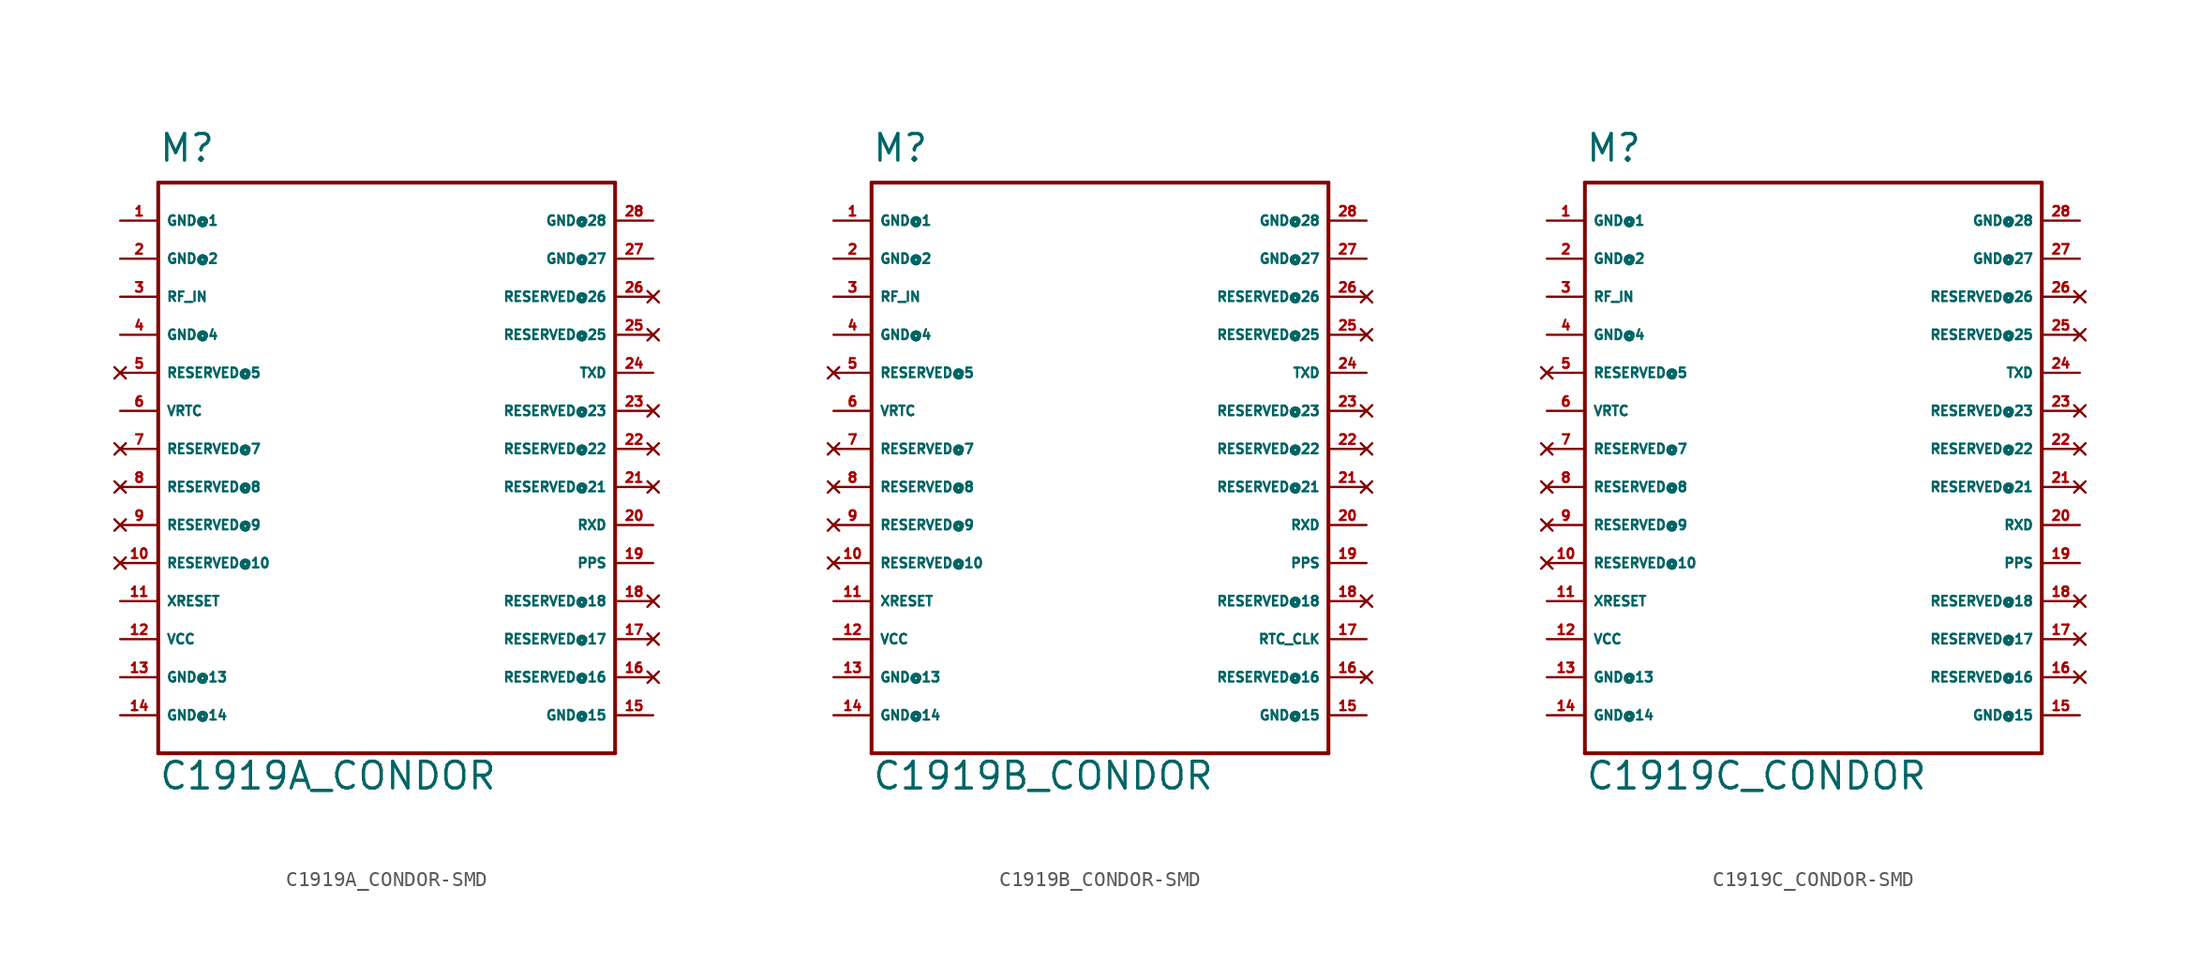
<source format=kicad_sym>
(kicad_symbol_lib
  (version 20220914)
  (generator Eagle2Kicad)
  (symbol "C1919A_CONDOR-SMD"
    (property "Reference" "M"
      (at -15.24 21.59 0)
      (effects (font (size 1.778 1.778) (thickness 0.22)) (justify left bottom)))
    (property "Value" "C1919A_CONDOR"
      (at -15.24 -20.32 0)
      (effects (font (size 1.778 1.778) (thickness 0.22)) (justify left bottom)))
    (polyline
      (pts (xy -15.24 20.32) (xy -15.24 -17.78))
      (stroke (width 0.254) (type default))
      (fill (type none)))
    (polyline
      (pts (xy -15.24 -17.78) (xy 15.24 -17.78))
      (stroke (width 0.254) (type default))
      (fill (type none)))
    (polyline
      (pts (xy 15.24 -17.78) (xy 15.24 20.32))
      (stroke (width 0.254) (type default))
      (fill (type none)))
    (polyline
      (pts (xy 15.24 20.32) (xy -15.24 20.32))
      (stroke (width 0.254) (type default))
      (fill (type none)))
    (pin unspecified line
      (at -17.78 17.78 0)
      (length 2.54)
      (name "GND@1" (effects (font (size 0.635 0.635) (thickness 0.08)) (justify left bottom)))
      (number "1" (effects (font (size 0.635 0.635) (thickness 0.08)) (justify left bottom))))
    (pin unspecified line
      (at -17.78 15.24 0)
      (length 2.54)
      (name "GND@2" (effects (font (size 0.635 0.635) (thickness 0.08)) (justify left bottom)))
      (number "2" (effects (font (size 0.635 0.635) (thickness 0.08)) (justify left bottom))))
    (pin input line
      (at -17.78 12.7 0)
      (length 2.54)
      (name "RF_IN" (effects (font (size 0.635 0.635) (thickness 0.08)) (justify left bottom)))
      (number "3" (effects (font (size 0.635 0.635) (thickness 0.08)) (justify left bottom))))
    (pin unspecified line
      (at -17.78 10.16 0)
      (length 2.54)
      (name "GND@4" (effects (font (size 0.635 0.635) (thickness 0.08)) (justify left bottom)))
      (number "4" (effects (font (size 0.635 0.635) (thickness 0.08)) (justify left bottom))))
    (pin no_connect line
      (at -17.78 7.62 0)
      (length 2.54)
      (name "RESERVED@5" (effects (font (size 0.635 0.635) (thickness 0.08)) (justify left bottom) hide))
      (number "5" (effects (font (size 0.635 0.635) (thickness 0.08)) (justify left bottom) hide)))
    (pin input line
      (at -17.78 5.08 0)
      (length 2.54)
      (name "VRTC" (effects (font (size 0.635 0.635) (thickness 0.08)) (justify left bottom)))
      (number "6" (effects (font (size 0.635 0.635) (thickness 0.08)) (justify left bottom))))
    (pin input line
      (at -17.78 -7.62 0)
      (length 2.54)
      (name "XRESET" (effects (font (size 0.635 0.635) (thickness 0.08)) (justify left bottom)))
      (number "11" (effects (font (size 0.635 0.635) (thickness 0.08)) (justify left bottom))))
    (pin unspecified line
      (at -17.78 -10.16 0)
      (length 2.54)
      (name "VCC" (effects (font (size 0.635 0.635) (thickness 0.08)) (justify left bottom)))
      (number "12" (effects (font (size 0.635 0.635) (thickness 0.08)) (justify left bottom))))
    (pin unspecified line
      (at -17.78 -12.7 0)
      (length 2.54)
      (name "GND@13" (effects (font (size 0.635 0.635) (thickness 0.08)) (justify left bottom)))
      (number "13" (effects (font (size 0.635 0.635) (thickness 0.08)) (justify left bottom))))
    (pin unspecified line
      (at -17.78 -15.24 0)
      (length 2.54)
      (name "GND@14" (effects (font (size 0.635 0.635) (thickness 0.08)) (justify left bottom)))
      (number "14" (effects (font (size 0.635 0.635) (thickness 0.08)) (justify left bottom))))
    (pin unspecified line
      (at 17.78 -15.24 180)
      (length 2.54)
      (name "GND@15" (effects (font (size 0.635 0.635) (thickness 0.08)) (justify left bottom)))
      (number "15" (effects (font (size 0.635 0.635) (thickness 0.08)) (justify left bottom))))
    (pin output line
      (at 17.78 -5.08 180)
      (length 2.54)
      (name "PPS" (effects (font (size 0.635 0.635) (thickness 0.08)) (justify left bottom)))
      (number "19" (effects (font (size 0.635 0.635) (thickness 0.08)) (justify left bottom))))
    (pin input line
      (at 17.78 -2.54 180)
      (length 2.54)
      (name "RXD" (effects (font (size 0.635 0.635) (thickness 0.08)) (justify left bottom)))
      (number "20" (effects (font (size 0.635 0.635) (thickness 0.08)) (justify left bottom))))
    (pin output line
      (at 17.78 7.62 180)
      (length 2.54)
      (name "TXD" (effects (font (size 0.635 0.635) (thickness 0.08)) (justify left bottom)))
      (number "24" (effects (font (size 0.635 0.635) (thickness 0.08)) (justify left bottom))))
    (pin unspecified line
      (at 17.78 15.24 180)
      (length 2.54)
      (name "GND@27" (effects (font (size 0.635 0.635) (thickness 0.08)) (justify left bottom)))
      (number "27" (effects (font (size 0.635 0.635) (thickness 0.08)) (justify left bottom))))
    (pin unspecified line
      (at 17.78 17.78 180)
      (length 2.54)
      (name "GND@28" (effects (font (size 0.635 0.635) (thickness 0.08)) (justify left bottom)))
      (number "28" (effects (font (size 0.635 0.635) (thickness 0.08)) (justify left bottom))))
    (pin no_connect line
      (at -17.78 2.54 0)
      (length 2.54)
      (name "RESERVED@7" (effects (font (size 0.635 0.635) (thickness 0.08)) (justify left bottom) hide))
      (number "7" (effects (font (size 0.635 0.635) (thickness 0.08)) (justify left bottom) hide)))
    (pin no_connect line
      (at -17.78 0 0)
      (length 2.54)
      (name "RESERVED@8" (effects (font (size 0.635 0.635) (thickness 0.08)) (justify left bottom) hide))
      (number "8" (effects (font (size 0.635 0.635) (thickness 0.08)) (justify left bottom) hide)))
    (pin no_connect line
      (at -17.78 -2.54 0)
      (length 2.54)
      (name "RESERVED@9" (effects (font (size 0.635 0.635) (thickness 0.08)) (justify left bottom) hide))
      (number "9" (effects (font (size 0.635 0.635) (thickness 0.08)) (justify left bottom) hide)))
    (pin no_connect line
      (at -17.78 -5.08 0)
      (length 2.54)
      (name "RESERVED@10" (effects (font (size 0.635 0.635) (thickness 0.08)) (justify left bottom) hide))
      (number "10" (effects (font (size 0.635 0.635) (thickness 0.08)) (justify left bottom) hide)))
    (pin no_connect line
      (at 17.78 -12.7 180)
      (length 2.54)
      (name "RESERVED@16" (effects (font (size 0.635 0.635) (thickness 0.08)) (justify left bottom) hide))
      (number "16" (effects (font (size 0.635 0.635) (thickness 0.08)) (justify left bottom) hide)))
    (pin no_connect line
      (at 17.78 -7.62 180)
      (length 2.54)
      (name "RESERVED@18" (effects (font (size 0.635 0.635) (thickness 0.08)) (justify left bottom) hide))
      (number "18" (effects (font (size 0.635 0.635) (thickness 0.08)) (justify left bottom) hide)))
    (pin no_connect line
      (at 17.78 0 180)
      (length 2.54)
      (name "RESERVED@21" (effects (font (size 0.635 0.635) (thickness 0.08)) (justify left bottom) hide))
      (number "21" (effects (font (size 0.635 0.635) (thickness 0.08)) (justify left bottom) hide)))
    (pin no_connect line
      (at 17.78 2.54 180)
      (length 2.54)
      (name "RESERVED@22" (effects (font (size 0.635 0.635) (thickness 0.08)) (justify left bottom) hide))
      (number "22" (effects (font (size 0.635 0.635) (thickness 0.08)) (justify left bottom) hide)))
    (pin no_connect line
      (at 17.78 5.08 180)
      (length 2.54)
      (name "RESERVED@23" (effects (font (size 0.635 0.635) (thickness 0.08)) (justify left bottom) hide))
      (number "23" (effects (font (size 0.635 0.635) (thickness 0.08)) (justify left bottom) hide)))
    (pin no_connect line
      (at 17.78 10.16 180)
      (length 2.54)
      (name "RESERVED@25" (effects (font (size 0.635 0.635) (thickness 0.08)) (justify left bottom) hide))
      (number "25" (effects (font (size 0.635 0.635) (thickness 0.08)) (justify left bottom) hide)))
    (pin no_connect line
      (at 17.78 12.7 180)
      (length 2.54)
      (name "RESERVED@26" (effects (font (size 0.635 0.635) (thickness 0.08)) (justify left bottom) hide))
      (number "26" (effects (font (size 0.635 0.635) (thickness 0.08)) (justify left bottom) hide)))
    (pin no_connect line
      (at 17.78 -10.16 180)
      (length 2.54)
      (name "RESERVED@17" (effects (font (size 0.635 0.635) (thickness 0.08)) (justify left bottom) hide))
      (number "17" (effects (font (size 0.635 0.635) (thickness 0.08)) (justify left bottom) hide))))
  (symbol "C1919B_CONDOR-SMD"
    (property "Reference" "M"
      (at -15.24 21.59 0)
      (effects (font (size 1.778 1.778) (thickness 0.22)) (justify left bottom)))
    (property "Value" "C1919B_CONDOR"
      (at -15.24 -20.32 0)
      (effects (font (size 1.778 1.778) (thickness 0.22)) (justify left bottom)))
    (polyline
      (pts (xy -15.24 20.32) (xy -15.24 -17.78))
      (stroke (width 0.254) (type default))
      (fill (type none)))
    (polyline
      (pts (xy -15.24 -17.78) (xy 15.24 -17.78))
      (stroke (width 0.254) (type default))
      (fill (type none)))
    (polyline
      (pts (xy 15.24 -17.78) (xy 15.24 20.32))
      (stroke (width 0.254) (type default))
      (fill (type none)))
    (polyline
      (pts (xy 15.24 20.32) (xy -15.24 20.32))
      (stroke (width 0.254) (type default))
      (fill (type none)))
    (pin unspecified line
      (at -17.78 17.78 0)
      (length 2.54)
      (name "GND@1" (effects (font (size 0.635 0.635) (thickness 0.08)) (justify left bottom)))
      (number "1" (effects (font (size 0.635 0.635) (thickness 0.08)) (justify left bottom))))
    (pin unspecified line
      (at -17.78 15.24 0)
      (length 2.54)
      (name "GND@2" (effects (font (size 0.635 0.635) (thickness 0.08)) (justify left bottom)))
      (number "2" (effects (font (size 0.635 0.635) (thickness 0.08)) (justify left bottom))))
    (pin input line
      (at -17.78 12.7 0)
      (length 2.54)
      (name "RF_IN" (effects (font (size 0.635 0.635) (thickness 0.08)) (justify left bottom)))
      (number "3" (effects (font (size 0.635 0.635) (thickness 0.08)) (justify left bottom))))
    (pin unspecified line
      (at -17.78 10.16 0)
      (length 2.54)
      (name "GND@4" (effects (font (size 0.635 0.635) (thickness 0.08)) (justify left bottom)))
      (number "4" (effects (font (size 0.635 0.635) (thickness 0.08)) (justify left bottom))))
    (pin no_connect line
      (at -17.78 7.62 0)
      (length 2.54)
      (name "RESERVED@5" (effects (font (size 0.635 0.635) (thickness 0.08)) (justify left bottom) hide))
      (number "5" (effects (font (size 0.635 0.635) (thickness 0.08)) (justify left bottom) hide)))
    (pin input line
      (at -17.78 5.08 0)
      (length 2.54)
      (name "VRTC" (effects (font (size 0.635 0.635) (thickness 0.08)) (justify left bottom)))
      (number "6" (effects (font (size 0.635 0.635) (thickness 0.08)) (justify left bottom))))
    (pin input line
      (at -17.78 -7.62 0)
      (length 2.54)
      (name "XRESET" (effects (font (size 0.635 0.635) (thickness 0.08)) (justify left bottom)))
      (number "11" (effects (font (size 0.635 0.635) (thickness 0.08)) (justify left bottom))))
    (pin unspecified line
      (at -17.78 -10.16 0)
      (length 2.54)
      (name "VCC" (effects (font (size 0.635 0.635) (thickness 0.08)) (justify left bottom)))
      (number "12" (effects (font (size 0.635 0.635) (thickness 0.08)) (justify left bottom))))
    (pin unspecified line
      (at -17.78 -12.7 0)
      (length 2.54)
      (name "GND@13" (effects (font (size 0.635 0.635) (thickness 0.08)) (justify left bottom)))
      (number "13" (effects (font (size 0.635 0.635) (thickness 0.08)) (justify left bottom))))
    (pin unspecified line
      (at -17.78 -15.24 0)
      (length 2.54)
      (name "GND@14" (effects (font (size 0.635 0.635) (thickness 0.08)) (justify left bottom)))
      (number "14" (effects (font (size 0.635 0.635) (thickness 0.08)) (justify left bottom))))
    (pin unspecified line
      (at 17.78 -15.24 180)
      (length 2.54)
      (name "GND@15" (effects (font (size 0.635 0.635) (thickness 0.08)) (justify left bottom)))
      (number "15" (effects (font (size 0.635 0.635) (thickness 0.08)) (justify left bottom))))
    (pin bidirectional line
      (at 17.78 -10.16 180)
      (length 2.54)
      (name "RTC_CLK" (effects (font (size 0.635 0.635) (thickness 0.08)) (justify left bottom)))
      (number "17" (effects (font (size 0.635 0.635) (thickness 0.08)) (justify left bottom))))
    (pin output line
      (at 17.78 -5.08 180)
      (length 2.54)
      (name "PPS" (effects (font (size 0.635 0.635) (thickness 0.08)) (justify left bottom)))
      (number "19" (effects (font (size 0.635 0.635) (thickness 0.08)) (justify left bottom))))
    (pin input line
      (at 17.78 -2.54 180)
      (length 2.54)
      (name "RXD" (effects (font (size 0.635 0.635) (thickness 0.08)) (justify left bottom)))
      (number "20" (effects (font (size 0.635 0.635) (thickness 0.08)) (justify left bottom))))
    (pin output line
      (at 17.78 7.62 180)
      (length 2.54)
      (name "TXD" (effects (font (size 0.635 0.635) (thickness 0.08)) (justify left bottom)))
      (number "24" (effects (font (size 0.635 0.635) (thickness 0.08)) (justify left bottom))))
    (pin unspecified line
      (at 17.78 15.24 180)
      (length 2.54)
      (name "GND@27" (effects (font (size 0.635 0.635) (thickness 0.08)) (justify left bottom)))
      (number "27" (effects (font (size 0.635 0.635) (thickness 0.08)) (justify left bottom))))
    (pin unspecified line
      (at 17.78 17.78 180)
      (length 2.54)
      (name "GND@28" (effects (font (size 0.635 0.635) (thickness 0.08)) (justify left bottom)))
      (number "28" (effects (font (size 0.635 0.635) (thickness 0.08)) (justify left bottom))))
    (pin no_connect line
      (at -17.78 2.54 0)
      (length 2.54)
      (name "RESERVED@7" (effects (font (size 0.635 0.635) (thickness 0.08)) (justify left bottom) hide))
      (number "7" (effects (font (size 0.635 0.635) (thickness 0.08)) (justify left bottom) hide)))
    (pin no_connect line
      (at -17.78 0 0)
      (length 2.54)
      (name "RESERVED@8" (effects (font (size 0.635 0.635) (thickness 0.08)) (justify left bottom) hide))
      (number "8" (effects (font (size 0.635 0.635) (thickness 0.08)) (justify left bottom) hide)))
    (pin no_connect line
      (at -17.78 -2.54 0)
      (length 2.54)
      (name "RESERVED@9" (effects (font (size 0.635 0.635) (thickness 0.08)) (justify left bottom) hide))
      (number "9" (effects (font (size 0.635 0.635) (thickness 0.08)) (justify left bottom) hide)))
    (pin no_connect line
      (at -17.78 -5.08 0)
      (length 2.54)
      (name "RESERVED@10" (effects (font (size 0.635 0.635) (thickness 0.08)) (justify left bottom) hide))
      (number "10" (effects (font (size 0.635 0.635) (thickness 0.08)) (justify left bottom) hide)))
    (pin no_connect line
      (at 17.78 -12.7 180)
      (length 2.54)
      (name "RESERVED@16" (effects (font (size 0.635 0.635) (thickness 0.08)) (justify left bottom) hide))
      (number "16" (effects (font (size 0.635 0.635) (thickness 0.08)) (justify left bottom) hide)))
    (pin no_connect line
      (at 17.78 -7.62 180)
      (length 2.54)
      (name "RESERVED@18" (effects (font (size 0.635 0.635) (thickness 0.08)) (justify left bottom) hide))
      (number "18" (effects (font (size 0.635 0.635) (thickness 0.08)) (justify left bottom) hide)))
    (pin no_connect line
      (at 17.78 0 180)
      (length 2.54)
      (name "RESERVED@21" (effects (font (size 0.635 0.635) (thickness 0.08)) (justify left bottom) hide))
      (number "21" (effects (font (size 0.635 0.635) (thickness 0.08)) (justify left bottom) hide)))
    (pin no_connect line
      (at 17.78 2.54 180)
      (length 2.54)
      (name "RESERVED@22" (effects (font (size 0.635 0.635) (thickness 0.08)) (justify left bottom) hide))
      (number "22" (effects (font (size 0.635 0.635) (thickness 0.08)) (justify left bottom) hide)))
    (pin no_connect line
      (at 17.78 5.08 180)
      (length 2.54)
      (name "RESERVED@23" (effects (font (size 0.635 0.635) (thickness 0.08)) (justify left bottom) hide))
      (number "23" (effects (font (size 0.635 0.635) (thickness 0.08)) (justify left bottom) hide)))
    (pin no_connect line
      (at 17.78 10.16 180)
      (length 2.54)
      (name "RESERVED@25" (effects (font (size 0.635 0.635) (thickness 0.08)) (justify left bottom) hide))
      (number "25" (effects (font (size 0.635 0.635) (thickness 0.08)) (justify left bottom) hide)))
    (pin no_connect line
      (at 17.78 12.7 180)
      (length 2.54)
      (name "RESERVED@26" (effects (font (size 0.635 0.635) (thickness 0.08)) (justify left bottom) hide))
      (number "26" (effects (font (size 0.635 0.635) (thickness 0.08)) (justify left bottom) hide))))
  (symbol "C1919C_CONDOR-SMD"
    (property "Reference" "M"
      (at -15.24 21.59 0)
      (effects (font (size 1.778 1.778) (thickness 0.22)) (justify left bottom)))
    (property "Value" "C1919C_CONDOR"
      (at -15.24 -20.32 0)
      (effects (font (size 1.778 1.778) (thickness 0.22)) (justify left bottom)))
    (polyline
      (pts (xy -15.24 20.32) (xy -15.24 -17.78))
      (stroke (width 0.254) (type default))
      (fill (type none)))
    (polyline
      (pts (xy -15.24 -17.78) (xy 15.24 -17.78))
      (stroke (width 0.254) (type default))
      (fill (type none)))
    (polyline
      (pts (xy 15.24 -17.78) (xy 15.24 20.32))
      (stroke (width 0.254) (type default))
      (fill (type none)))
    (polyline
      (pts (xy 15.24 20.32) (xy -15.24 20.32))
      (stroke (width 0.254) (type default))
      (fill (type none)))
    (pin unspecified line
      (at -17.78 17.78 0)
      (length 2.54)
      (name "GND@1" (effects (font (size 0.635 0.635) (thickness 0.08)) (justify left bottom)))
      (number "1" (effects (font (size 0.635 0.635) (thickness 0.08)) (justify left bottom))))
    (pin unspecified line
      (at -17.78 15.24 0)
      (length 2.54)
      (name "GND@2" (effects (font (size 0.635 0.635) (thickness 0.08)) (justify left bottom)))
      (number "2" (effects (font (size 0.635 0.635) (thickness 0.08)) (justify left bottom))))
    (pin input line
      (at -17.78 12.7 0)
      (length 2.54)
      (name "RF_IN" (effects (font (size 0.635 0.635) (thickness 0.08)) (justify left bottom)))
      (number "3" (effects (font (size 0.635 0.635) (thickness 0.08)) (justify left bottom))))
    (pin unspecified line
      (at -17.78 10.16 0)
      (length 2.54)
      (name "GND@4" (effects (font (size 0.635 0.635) (thickness 0.08)) (justify left bottom)))
      (number "4" (effects (font (size 0.635 0.635) (thickness 0.08)) (justify left bottom))))
    (pin no_connect line
      (at -17.78 7.62 0)
      (length 2.54)
      (name "RESERVED@5" (effects (font (size 0.635 0.635) (thickness 0.08)) (justify left bottom) hide))
      (number "5" (effects (font (size 0.635 0.635) (thickness 0.08)) (justify left bottom) hide)))
    (pin input line
      (at -17.78 5.08 0)
      (length 2.54)
      (name "VRTC" (effects (font (size 0.635 0.635) (thickness 0.08)) (justify left bottom)))
      (number "6" (effects (font (size 0.635 0.635) (thickness 0.08)) (justify left bottom))))
    (pin input line
      (at -17.78 -7.62 0)
      (length 2.54)
      (name "XRESET" (effects (font (size 0.635 0.635) (thickness 0.08)) (justify left bottom)))
      (number "11" (effects (font (size 0.635 0.635) (thickness 0.08)) (justify left bottom))))
    (pin unspecified line
      (at -17.78 -10.16 0)
      (length 2.54)
      (name "VCC" (effects (font (size 0.635 0.635) (thickness 0.08)) (justify left bottom)))
      (number "12" (effects (font (size 0.635 0.635) (thickness 0.08)) (justify left bottom))))
    (pin unspecified line
      (at -17.78 -12.7 0)
      (length 2.54)
      (name "GND@13" (effects (font (size 0.635 0.635) (thickness 0.08)) (justify left bottom)))
      (number "13" (effects (font (size 0.635 0.635) (thickness 0.08)) (justify left bottom))))
    (pin unspecified line
      (at -17.78 -15.24 0)
      (length 2.54)
      (name "GND@14" (effects (font (size 0.635 0.635) (thickness 0.08)) (justify left bottom)))
      (number "14" (effects (font (size 0.635 0.635) (thickness 0.08)) (justify left bottom))))
    (pin unspecified line
      (at 17.78 -15.24 180)
      (length 2.54)
      (name "GND@15" (effects (font (size 0.635 0.635) (thickness 0.08)) (justify left bottom)))
      (number "15" (effects (font (size 0.635 0.635) (thickness 0.08)) (justify left bottom))))
    (pin output line
      (at 17.78 -5.08 180)
      (length 2.54)
      (name "PPS" (effects (font (size 0.635 0.635) (thickness 0.08)) (justify left bottom)))
      (number "19" (effects (font (size 0.635 0.635) (thickness 0.08)) (justify left bottom))))
    (pin input line
      (at 17.78 -2.54 180)
      (length 2.54)
      (name "RXD" (effects (font (size 0.635 0.635) (thickness 0.08)) (justify left bottom)))
      (number "20" (effects (font (size 0.635 0.635) (thickness 0.08)) (justify left bottom))))
    (pin output line
      (at 17.78 7.62 180)
      (length 2.54)
      (name "TXD" (effects (font (size 0.635 0.635) (thickness 0.08)) (justify left bottom)))
      (number "24" (effects (font (size 0.635 0.635) (thickness 0.08)) (justify left bottom))))
    (pin unspecified line
      (at 17.78 15.24 180)
      (length 2.54)
      (name "GND@27" (effects (font (size 0.635 0.635) (thickness 0.08)) (justify left bottom)))
      (number "27" (effects (font (size 0.635 0.635) (thickness 0.08)) (justify left bottom))))
    (pin unspecified line
      (at 17.78 17.78 180)
      (length 2.54)
      (name "GND@28" (effects (font (size 0.635 0.635) (thickness 0.08)) (justify left bottom)))
      (number "28" (effects (font (size 0.635 0.635) (thickness 0.08)) (justify left bottom))))
    (pin no_connect line
      (at -17.78 2.54 0)
      (length 2.54)
      (name "RESERVED@7" (effects (font (size 0.635 0.635) (thickness 0.08)) (justify left bottom) hide))
      (number "7" (effects (font (size 0.635 0.635) (thickness 0.08)) (justify left bottom) hide)))
    (pin no_connect line
      (at -17.78 0 0)
      (length 2.54)
      (name "RESERVED@8" (effects (font (size 0.635 0.635) (thickness 0.08)) (justify left bottom) hide))
      (number "8" (effects (font (size 0.635 0.635) (thickness 0.08)) (justify left bottom) hide)))
    (pin no_connect line
      (at -17.78 -2.54 0)
      (length 2.54)
      (name "RESERVED@9" (effects (font (size 0.635 0.635) (thickness 0.08)) (justify left bottom) hide))
      (number "9" (effects (font (size 0.635 0.635) (thickness 0.08)) (justify left bottom) hide)))
    (pin no_connect line
      (at -17.78 -5.08 0)
      (length 2.54)
      (name "RESERVED@10" (effects (font (size 0.635 0.635) (thickness 0.08)) (justify left bottom) hide))
      (number "10" (effects (font (size 0.635 0.635) (thickness 0.08)) (justify left bottom) hide)))
    (pin no_connect line
      (at 17.78 -12.7 180)
      (length 2.54)
      (name "RESERVED@16" (effects (font (size 0.635 0.635) (thickness 0.08)) (justify left bottom) hide))
      (number "16" (effects (font (size 0.635 0.635) (thickness 0.08)) (justify left bottom) hide)))
    (pin no_connect line
      (at 17.78 -7.62 180)
      (length 2.54)
      (name "RESERVED@18" (effects (font (size 0.635 0.635) (thickness 0.08)) (justify left bottom) hide))
      (number "18" (effects (font (size 0.635 0.635) (thickness 0.08)) (justify left bottom) hide)))
    (pin no_connect line
      (at 17.78 0 180)
      (length 2.54)
      (name "RESERVED@21" (effects (font (size 0.635 0.635) (thickness 0.08)) (justify left bottom) hide))
      (number "21" (effects (font (size 0.635 0.635) (thickness 0.08)) (justify left bottom) hide)))
    (pin no_connect line
      (at 17.78 2.54 180)
      (length 2.54)
      (name "RESERVED@22" (effects (font (size 0.635 0.635) (thickness 0.08)) (justify left bottom) hide))
      (number "22" (effects (font (size 0.635 0.635) (thickness 0.08)) (justify left bottom) hide)))
    (pin no_connect line
      (at 17.78 5.08 180)
      (length 2.54)
      (name "RESERVED@23" (effects (font (size 0.635 0.635) (thickness 0.08)) (justify left bottom) hide))
      (number "23" (effects (font (size 0.635 0.635) (thickness 0.08)) (justify left bottom) hide)))
    (pin no_connect line
      (at 17.78 10.16 180)
      (length 2.54)
      (name "RESERVED@25" (effects (font (size 0.635 0.635) (thickness 0.08)) (justify left bottom) hide))
      (number "25" (effects (font (size 0.635 0.635) (thickness 0.08)) (justify left bottom) hide)))
    (pin no_connect line
      (at 17.78 12.7 180)
      (length 2.54)
      (name "RESERVED@26" (effects (font (size 0.635 0.635) (thickness 0.08)) (justify left bottom) hide))
      (number "26" (effects (font (size 0.635 0.635) (thickness 0.08)) (justify left bottom) hide)))
    (pin no_connect line
      (at 17.78 -10.16 180)
      (length 2.54)
      (name "RESERVED@17" (effects (font (size 0.635 0.635) (thickness 0.08)) (justify left bottom) hide))
      (number "17" (effects (font (size 0.635 0.635) (thickness 0.08)) (justify left bottom) hide)))))
</source>
